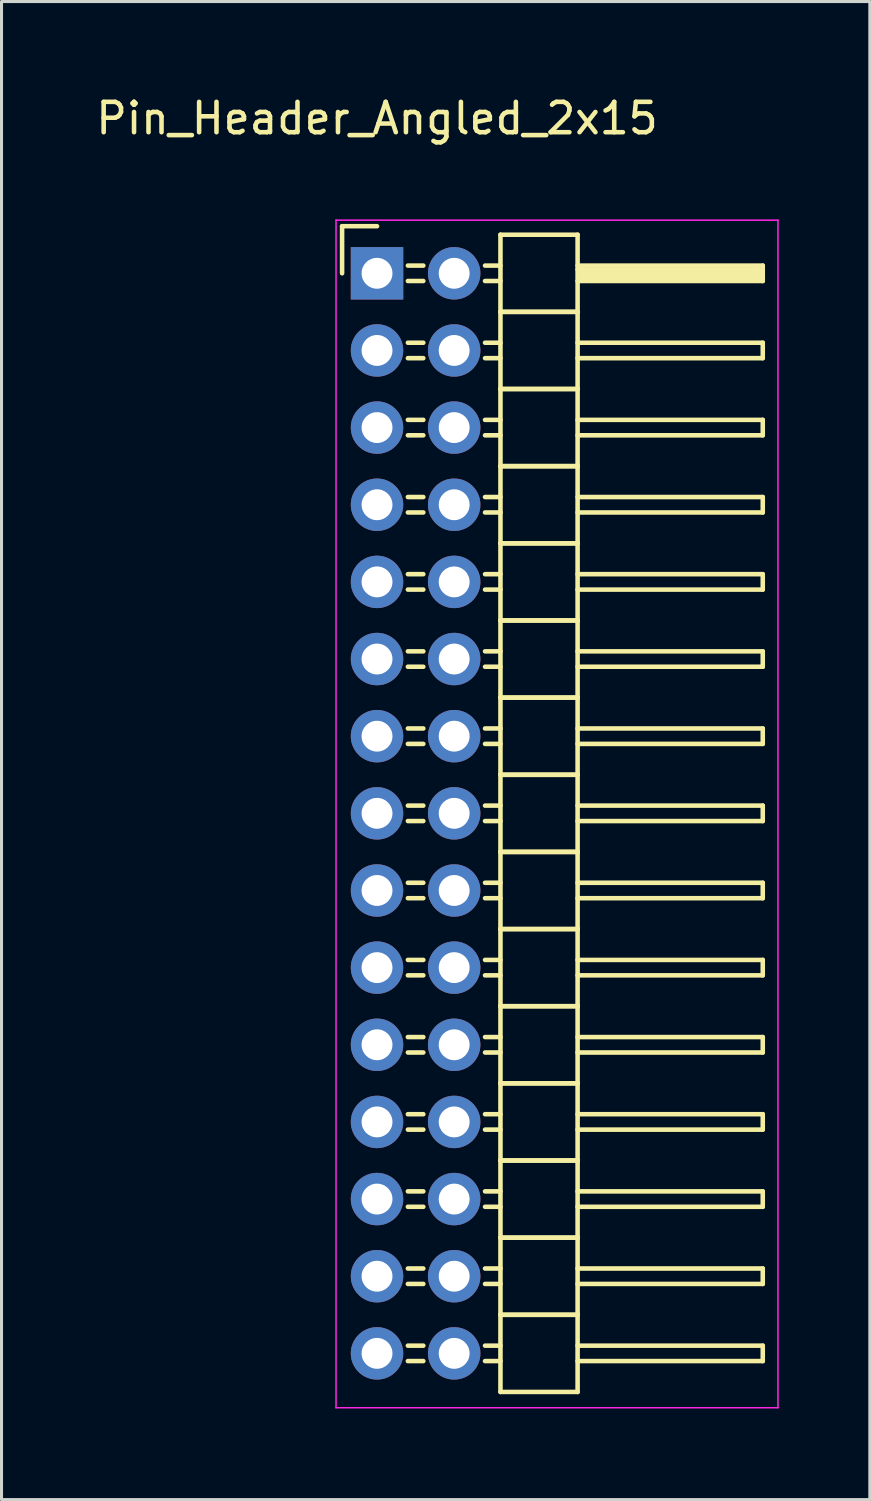
<source format=kicad_pcb>
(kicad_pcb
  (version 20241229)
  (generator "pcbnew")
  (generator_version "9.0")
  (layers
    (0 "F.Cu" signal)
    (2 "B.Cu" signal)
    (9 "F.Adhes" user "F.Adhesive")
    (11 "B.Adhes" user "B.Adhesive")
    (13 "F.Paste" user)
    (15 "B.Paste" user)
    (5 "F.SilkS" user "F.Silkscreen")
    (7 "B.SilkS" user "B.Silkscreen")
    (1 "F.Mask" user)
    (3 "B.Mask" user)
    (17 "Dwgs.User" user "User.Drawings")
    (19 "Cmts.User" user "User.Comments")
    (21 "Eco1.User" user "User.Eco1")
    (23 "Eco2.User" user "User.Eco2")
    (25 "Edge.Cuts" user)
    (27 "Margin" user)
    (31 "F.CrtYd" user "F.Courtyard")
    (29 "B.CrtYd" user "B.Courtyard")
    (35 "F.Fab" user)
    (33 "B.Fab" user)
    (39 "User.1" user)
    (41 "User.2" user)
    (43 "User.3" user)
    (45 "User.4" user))
  (footprint "Pin_Header_Angled_2x15"
    (layer "F.Cu")
    (at 9.363 5.948)
    (property "Reference" "Pin_Header_Angled_2x15" (at 0 -5.1 0) (layer "F.SilkS") (effects (font (size 1 1) (thickness 0.15))))
    (attr through_hole)
    (fp_line (start -1.15 -1.55) (end -1.15 0) (stroke (width 0.15) (type solid)) (layer "F.SilkS"))
    (fp_line (start 0 -1.55) (end -1.15 -1.55) (stroke (width 0.15) (type solid)) (layer "F.SilkS"))
    (fp_line (start 1.524 -0.254) (end 1.016 -0.254) (stroke (width 0.15) (type solid)) (layer "F.SilkS"))
    (fp_line (start 1.524 0.254) (end 1.016 0.254) (stroke (width 0.15) (type solid)) (layer "F.SilkS"))
    (fp_line (start 1.524 2.286) (end 1.016 2.286) (stroke (width 0.15) (type solid)) (layer "F.SilkS"))
    (fp_line (start 1.524 2.794) (end 1.016 2.794) (stroke (width 0.15) (type solid)) (layer "F.SilkS"))
    (fp_line (start 1.524 4.826) (end 1.016 4.826) (stroke (width 0.15) (type solid)) (layer "F.SilkS"))
    (fp_line (start 1.524 5.334) (end 1.016 5.334) (stroke (width 0.15) (type solid)) (layer "F.SilkS"))
    (fp_line (start 1.524 7.366) (end 1.016 7.366) (stroke (width 0.15) (type solid)) (layer "F.SilkS"))
    (fp_line (start 1.524 7.874) (end 1.016 7.874) (stroke (width 0.15) (type solid)) (layer "F.SilkS"))
    (fp_line (start 1.524 9.906) (end 1.016 9.906) (stroke (width 0.15) (type solid)) (layer "F.SilkS"))
    (fp_line (start 1.524 10.414) (end 1.016 10.414) (stroke (width 0.15) (type solid)) (layer "F.SilkS"))
    (fp_line (start 1.524 12.446) (end 1.016 12.446) (stroke (width 0.15) (type solid)) (layer "F.SilkS"))
    (fp_line (start 1.524 12.954) (end 1.016 12.954) (stroke (width 0.15) (type solid)) (layer "F.SilkS"))
    (fp_line (start 1.524 14.986) (end 1.016 14.986) (stroke (width 0.15) (type solid)) (layer "F.SilkS"))
    (fp_line (start 1.524 15.494) (end 1.016 15.494) (stroke (width 0.15) (type solid)) (layer "F.SilkS"))
    (fp_line (start 1.524 17.526) (end 1.016 17.526) (stroke (width 0.15) (type solid)) (layer "F.SilkS"))
    (fp_line (start 1.524 18.034) (end 1.016 18.034) (stroke (width 0.15) (type solid)) (layer "F.SilkS"))
    (fp_line (start 1.524 20.066) (end 1.016 20.066) (stroke (width 0.15) (type solid)) (layer "F.SilkS"))
    (fp_line (start 1.524 20.574) (end 1.016 20.574) (stroke (width 0.15) (type solid)) (layer "F.SilkS"))
    (fp_line (start 1.524 22.606) (end 1.016 22.606) (stroke (width 0.15) (type solid)) (layer "F.SilkS"))
    (fp_line (start 1.524 23.114) (end 1.016 23.114) (stroke (width 0.15) (type solid)) (layer "F.SilkS"))
    (fp_line (start 1.524 25.146) (end 1.016 25.146) (stroke (width 0.15) (type solid)) (layer "F.SilkS"))
    (fp_line (start 1.524 25.654) (end 1.016 25.654) (stroke (width 0.15) (type solid)) (layer "F.SilkS"))
    (fp_line (start 1.524 27.686) (end 1.016 27.686) (stroke (width 0.15) (type solid)) (layer "F.SilkS"))
    (fp_line (start 1.524 28.194) (end 1.016 28.194) (stroke (width 0.15) (type solid)) (layer "F.SilkS"))
    (fp_line (start 1.524 30.226) (end 1.016 30.226) (stroke (width 0.15) (type solid)) (layer "F.SilkS"))
    (fp_line (start 1.524 30.734) (end 1.016 30.734) (stroke (width 0.15) (type solid)) (layer "F.SilkS"))
    (fp_line (start 1.524 32.766) (end 1.016 32.766) (stroke (width 0.15) (type solid)) (layer "F.SilkS"))
    (fp_line (start 1.524 33.274) (end 1.016 33.274) (stroke (width 0.15) (type solid)) (layer "F.SilkS"))
    (fp_line (start 1.524 35.306) (end 1.016 35.306) (stroke (width 0.15) (type solid)) (layer "F.SilkS"))
    (fp_line (start 1.524 35.814) (end 1.016 35.814) (stroke (width 0.15) (type solid)) (layer "F.SilkS"))
    (fp_line (start 4.064 -1.27) (end 4.064 1.27) (stroke (width 0.15) (type solid)) (layer "F.SilkS"))
    (fp_line (start 4.064 -1.27) (end 6.604 -1.27) (stroke (width 0.15) (type solid)) (layer "F.SilkS"))
    (fp_line (start 4.064 -0.254) (end 3.556 -0.254) (stroke (width 0.15) (type solid)) (layer "F.SilkS"))
    (fp_line (start 4.064 0.254) (end 3.556 0.254) (stroke (width 0.15) (type solid)) (layer "F.SilkS"))
    (fp_line (start 4.064 1.27) (end 4.064 3.81) (stroke (width 0.15) (type solid)) (layer "F.SilkS"))
    (fp_line (start 4.064 1.27) (end 6.604 1.27) (stroke (width 0.15) (type solid)) (layer "F.SilkS"))
    (fp_line (start 4.064 1.27) (end 6.604 1.27) (stroke (width 0.15) (type solid)) (layer "F.SilkS"))
    (fp_line (start 4.064 2.286) (end 3.556 2.286) (stroke (width 0.15) (type solid)) (layer "F.SilkS"))
    (fp_line (start 4.064 2.794) (end 3.556 2.794) (stroke (width 0.15) (type solid)) (layer "F.SilkS"))
    (fp_line (start 4.064 3.81) (end 4.064 6.35) (stroke (width 0.15) (type solid)) (layer "F.SilkS"))
    (fp_line (start 4.064 3.81) (end 6.604 3.81) (stroke (width 0.15) (type solid)) (layer "F.SilkS"))
    (fp_line (start 4.064 3.81) (end 6.604 3.81) (stroke (width 0.15) (type solid)) (layer "F.SilkS"))
    (fp_line (start 4.064 4.826) (end 3.556 4.826) (stroke (width 0.15) (type solid)) (layer "F.SilkS"))
    (fp_line (start 4.064 5.334) (end 3.556 5.334) (stroke (width 0.15) (type solid)) (layer "F.SilkS"))
    (fp_line (start 4.064 6.35) (end 4.064 8.89) (stroke (width 0.15) (type solid)) (layer "F.SilkS"))
    (fp_line (start 4.064 6.35) (end 6.604 6.35) (stroke (width 0.15) (type solid)) (layer "F.SilkS"))
    (fp_line (start 4.064 6.35) (end 6.604 6.35) (stroke (width 0.15) (type solid)) (layer "F.SilkS"))
    (fp_line (start 4.064 7.366) (end 3.556 7.366) (stroke (width 0.15) (type solid)) (layer "F.SilkS"))
    (fp_line (start 4.064 7.874) (end 3.556 7.874) (stroke (width 0.15) (type solid)) (layer "F.SilkS"))
    (fp_line (start 4.064 8.89) (end 4.064 11.43) (stroke (width 0.15) (type solid)) (layer "F.SilkS"))
    (fp_line (start 4.064 8.89) (end 6.604 8.89) (stroke (width 0.15) (type solid)) (layer "F.SilkS"))
    (fp_line (start 4.064 8.89) (end 6.604 8.89) (stroke (width 0.15) (type solid)) (layer "F.SilkS"))
    (fp_line (start 4.064 9.906) (end 3.556 9.906) (stroke (width 0.15) (type solid)) (layer "F.SilkS"))
    (fp_line (start 4.064 10.414) (end 3.556 10.414) (stroke (width 0.15) (type solid)) (layer "F.SilkS"))
    (fp_line (start 4.064 11.43) (end 4.064 13.97) (stroke (width 0.15) (type solid)) (layer "F.SilkS"))
    (fp_line (start 4.064 11.43) (end 6.604 11.43) (stroke (width 0.15) (type solid)) (layer "F.SilkS"))
    (fp_line (start 4.064 11.43) (end 6.604 11.43) (stroke (width 0.15) (type solid)) (layer "F.SilkS"))
    (fp_line (start 4.064 12.446) (end 3.556 12.446) (stroke (width 0.15) (type solid)) (layer "F.SilkS"))
    (fp_line (start 4.064 12.954) (end 3.556 12.954) (stroke (width 0.15) (type solid)) (layer "F.SilkS"))
    (fp_line (start 4.064 13.97) (end 4.064 16.51) (stroke (width 0.15) (type solid)) (layer "F.SilkS"))
    (fp_line (start 4.064 13.97) (end 6.604 13.97) (stroke (width 0.15) (type solid)) (layer "F.SilkS"))
    (fp_line (start 4.064 13.97) (end 6.604 13.97) (stroke (width 0.15) (type solid)) (layer "F.SilkS"))
    (fp_line (start 4.064 14.986) (end 3.556 14.986) (stroke (width 0.15) (type solid)) (layer "F.SilkS"))
    (fp_line (start 4.064 15.494) (end 3.556 15.494) (stroke (width 0.15) (type solid)) (layer "F.SilkS"))
    (fp_line (start 4.064 16.51) (end 4.064 19.05) (stroke (width 0.15) (type solid)) (layer "F.SilkS"))
    (fp_line (start 4.064 16.51) (end 6.604 16.51) (stroke (width 0.15) (type solid)) (layer "F.SilkS"))
    (fp_line (start 4.064 16.51) (end 6.604 16.51) (stroke (width 0.15) (type solid)) (layer "F.SilkS"))
    (fp_line (start 4.064 17.526) (end 3.556 17.526) (stroke (width 0.15) (type solid)) (layer "F.SilkS"))
    (fp_line (start 4.064 18.034) (end 3.556 18.034) (stroke (width 0.15) (type solid)) (layer "F.SilkS"))
    (fp_line (start 4.064 19.05) (end 4.064 21.59) (stroke (width 0.15) (type solid)) (layer "F.SilkS"))
    (fp_line (start 4.064 19.05) (end 6.604 19.05) (stroke (width 0.15) (type solid)) (layer "F.SilkS"))
    (fp_line (start 4.064 19.05) (end 6.604 19.05) (stroke (width 0.15) (type solid)) (layer "F.SilkS"))
    (fp_line (start 4.064 20.066) (end 3.556 20.066) (stroke (width 0.15) (type solid)) (layer "F.SilkS"))
    (fp_line (start 4.064 20.574) (end 3.556 20.574) (stroke (width 0.15) (type solid)) (layer "F.SilkS"))
    (fp_line (start 4.064 21.59) (end 4.064 24.13) (stroke (width 0.15) (type solid)) (layer "F.SilkS"))
    (fp_line (start 4.064 21.59) (end 6.604 21.59) (stroke (width 0.15) (type solid)) (layer "F.SilkS"))
    (fp_line (start 4.064 21.59) (end 6.604 21.59) (stroke (width 0.15) (type solid)) (layer "F.SilkS"))
    (fp_line (start 4.064 22.606) (end 3.556 22.606) (stroke (width 0.15) (type solid)) (layer "F.SilkS"))
    (fp_line (start 4.064 23.114) (end 3.556 23.114) (stroke (width 0.15) (type solid)) (layer "F.SilkS"))
    (fp_line (start 4.064 24.13) (end 4.064 26.67) (stroke (width 0.15) (type solid)) (layer "F.SilkS"))
    (fp_line (start 4.064 24.13) (end 6.604 24.13) (stroke (width 0.15) (type solid)) (layer "F.SilkS"))
    (fp_line (start 4.064 24.13) (end 6.604 24.13) (stroke (width 0.15) (type solid)) (layer "F.SilkS"))
    (fp_line (start 4.064 25.146) (end 3.556 25.146) (stroke (width 0.15) (type solid)) (layer "F.SilkS"))
    (fp_line (start 4.064 25.654) (end 3.556 25.654) (stroke (width 0.15) (type solid)) (layer "F.SilkS"))
    (fp_line (start 4.064 26.67) (end 4.064 29.21) (stroke (width 0.15) (type solid)) (layer "F.SilkS"))
    (fp_line (start 4.064 26.67) (end 6.604 26.67) (stroke (width 0.15) (type solid)) (layer "F.SilkS"))
    (fp_line (start 4.064 26.67) (end 6.604 26.67) (stroke (width 0.15) (type solid)) (layer "F.SilkS"))
    (fp_line (start 4.064 27.686) (end 3.556 27.686) (stroke (width 0.15) (type solid)) (layer "F.SilkS"))
    (fp_line (start 4.064 28.194) (end 3.556 28.194) (stroke (width 0.15) (type solid)) (layer "F.SilkS"))
    (fp_line (start 4.064 29.21) (end 4.064 31.75) (stroke (width 0.15) (type solid)) (layer "F.SilkS"))
    (fp_line (start 4.064 29.21) (end 6.604 29.21) (stroke (width 0.15) (type solid)) (layer "F.SilkS"))
    (fp_line (start 4.064 29.21) (end 6.604 29.21) (stroke (width 0.15) (type solid)) (layer "F.SilkS"))
    (fp_line (start 4.064 30.226) (end 3.556 30.226) (stroke (width 0.15) (type solid)) (layer "F.SilkS"))
    (fp_line (start 4.064 30.734) (end 3.556 30.734) (stroke (width 0.15) (type solid)) (layer "F.SilkS"))
    (fp_line (start 4.064 31.75) (end 4.064 34.29) (stroke (width 0.15) (type solid)) (layer "F.SilkS"))
    (fp_line (start 4.064 31.75) (end 6.604 31.75) (stroke (width 0.15) (type solid)) (layer "F.SilkS"))
    (fp_line (start 4.064 31.75) (end 6.604 31.75) (stroke (width 0.15) (type solid)) (layer "F.SilkS"))
    (fp_line (start 4.064 32.766) (end 3.556 32.766) (stroke (width 0.15) (type solid)) (layer "F.SilkS"))
    (fp_line (start 4.064 33.274) (end 3.556 33.274) (stroke (width 0.15) (type solid)) (layer "F.SilkS"))
    (fp_line (start 4.064 34.29) (end 4.064 36.83) (stroke (width 0.15) (type solid)) (layer "F.SilkS"))
    (fp_line (start 4.064 34.29) (end 6.604 34.29) (stroke (width 0.15) (type solid)) (layer "F.SilkS"))
    (fp_line (start 4.064 34.29) (end 6.604 34.29) (stroke (width 0.15) (type solid)) (layer "F.SilkS"))
    (fp_line (start 4.064 35.306) (end 3.556 35.306) (stroke (width 0.15) (type solid)) (layer "F.SilkS"))
    (fp_line (start 4.064 35.814) (end 3.556 35.814) (stroke (width 0.15) (type solid)) (layer "F.SilkS"))
    (fp_line (start 4.064 36.83) (end 6.604 36.83) (stroke (width 0.15) (type solid)) (layer "F.SilkS"))
    (fp_line (start 6.604 -0.254) (end 12.7 -0.254) (stroke (width 0.15) (type solid)) (layer "F.SilkS"))
    (fp_line (start 6.604 -0.127) (end 12.573 -0.127) (stroke (width 0.15) (type solid)) (layer "F.SilkS"))
    (fp_line (start 6.604 1.27) (end 6.604 -1.27) (stroke (width 0.15) (type solid)) (layer "F.SilkS"))
    (fp_line (start 6.604 2.286) (end 12.7 2.286) (stroke (width 0.15) (type solid)) (layer "F.SilkS"))
    (fp_line (start 6.604 3.81) (end 6.604 1.27) (stroke (width 0.15) (type solid)) (layer "F.SilkS"))
    (fp_line (start 6.604 4.826) (end 12.7 4.826) (stroke (width 0.15) (type solid)) (layer "F.SilkS"))
    (fp_line (start 6.604 6.35) (end 6.604 3.81) (stroke (width 0.15) (type solid)) (layer "F.SilkS"))
    (fp_line (start 6.604 7.366) (end 12.7 7.366) (stroke (width 0.15) (type solid)) (layer "F.SilkS"))
    (fp_line (start 6.604 8.89) (end 6.604 6.35) (stroke (width 0.15) (type solid)) (layer "F.SilkS"))
    (fp_line (start 6.604 9.906) (end 12.7 9.906) (stroke (width 0.15) (type solid)) (layer "F.SilkS"))
    (fp_line (start 6.604 11.43) (end 6.604 8.89) (stroke (width 0.15) (type solid)) (layer "F.SilkS"))
    (fp_line (start 6.604 12.446) (end 12.7 12.446) (stroke (width 0.15) (type solid)) (layer "F.SilkS"))
    (fp_line (start 6.604 13.97) (end 6.604 11.43) (stroke (width 0.15) (type solid)) (layer "F.SilkS"))
    (fp_line (start 6.604 14.986) (end 12.7 14.986) (stroke (width 0.15) (type solid)) (layer "F.SilkS"))
    (fp_line (start 6.604 16.51) (end 6.604 13.97) (stroke (width 0.15) (type solid)) (layer "F.SilkS"))
    (fp_line (start 6.604 17.526) (end 12.7 17.526) (stroke (width 0.15) (type solid)) (layer "F.SilkS"))
    (fp_line (start 6.604 19.05) (end 6.604 16.51) (stroke (width 0.15) (type solid)) (layer "F.SilkS"))
    (fp_line (start 6.604 20.066) (end 12.7 20.066) (stroke (width 0.15) (type solid)) (layer "F.SilkS"))
    (fp_line (start 6.604 21.59) (end 6.604 19.05) (stroke (width 0.15) (type solid)) (layer "F.SilkS"))
    (fp_line (start 6.604 22.606) (end 12.7 22.606) (stroke (width 0.15) (type solid)) (layer "F.SilkS"))
    (fp_line (start 6.604 24.13) (end 6.604 21.59) (stroke (width 0.15) (type solid)) (layer "F.SilkS"))
    (fp_line (start 6.604 25.146) (end 12.7 25.146) (stroke (width 0.15) (type solid)) (layer "F.SilkS"))
    (fp_line (start 6.604 26.67) (end 6.604 24.13) (stroke (width 0.15) (type solid)) (layer "F.SilkS"))
    (fp_line (start 6.604 27.686) (end 12.7 27.686) (stroke (width 0.15) (type solid)) (layer "F.SilkS"))
    (fp_line (start 6.604 29.21) (end 6.604 26.67) (stroke (width 0.15) (type solid)) (layer "F.SilkS"))
    (fp_line (start 6.604 30.226) (end 12.7 30.226) (stroke (width 0.15) (type solid)) (layer "F.SilkS"))
    (fp_line (start 6.604 31.75) (end 6.604 29.21) (stroke (width 0.15) (type solid)) (layer "F.SilkS"))
    (fp_line (start 6.604 32.766) (end 12.7 32.766) (stroke (width 0.15) (type solid)) (layer "F.SilkS"))
    (fp_line (start 6.604 34.29) (end 6.604 31.75) (stroke (width 0.15) (type solid)) (layer "F.SilkS"))
    (fp_line (start 6.604 35.306) (end 12.7 35.306) (stroke (width 0.15) (type solid)) (layer "F.SilkS"))
    (fp_line (start 6.604 36.83) (end 6.604 34.29) (stroke (width 0.15) (type solid)) (layer "F.SilkS"))
    (fp_line (start 6.731 0) (end 12.573 0) (stroke (width 0.15) (type solid)) (layer "F.SilkS"))
    (fp_line (start 6.731 0.127) (end 6.731 0) (stroke (width 0.15) (type solid)) (layer "F.SilkS"))
    (fp_line (start 12.573 -0.127) (end 12.573 0.127) (stroke (width 0.15) (type solid)) (layer "F.SilkS"))
    (fp_line (start 12.573 0.127) (end 6.731 0.127) (stroke (width 0.15) (type solid)) (layer "F.SilkS"))
    (fp_line (start 12.7 -0.254) (end 12.7 0.254) (stroke (width 0.15) (type solid)) (layer "F.SilkS"))
    (fp_line (start 12.7 0.254) (end 6.604 0.254) (stroke (width 0.15) (type solid)) (layer "F.SilkS"))
    (fp_line (start 12.7 2.286) (end 12.7 2.794) (stroke (width 0.15) (type solid)) (layer "F.SilkS"))
    (fp_line (start 12.7 2.794) (end 6.604 2.794) (stroke (width 0.15) (type solid)) (layer "F.SilkS"))
    (fp_line (start 12.7 4.826) (end 12.7 5.334) (stroke (width 0.15) (type solid)) (layer "F.SilkS"))
    (fp_line (start 12.7 5.334) (end 6.604 5.334) (stroke (width 0.15) (type solid)) (layer "F.SilkS"))
    (fp_line (start 12.7 7.366) (end 12.7 7.874) (stroke (width 0.15) (type solid)) (layer "F.SilkS"))
    (fp_line (start 12.7 7.874) (end 6.604 7.874) (stroke (width 0.15) (type solid)) (layer "F.SilkS"))
    (fp_line (start 12.7 9.906) (end 12.7 10.414) (stroke (width 0.15) (type solid)) (layer "F.SilkS"))
    (fp_line (start 12.7 10.414) (end 6.604 10.414) (stroke (width 0.15) (type solid)) (layer "F.SilkS"))
    (fp_line (start 12.7 12.446) (end 12.7 12.954) (stroke (width 0.15) (type solid)) (layer "F.SilkS"))
    (fp_line (start 12.7 12.954) (end 6.604 12.954) (stroke (width 0.15) (type solid)) (layer "F.SilkS"))
    (fp_line (start 12.7 14.986) (end 12.7 15.494) (stroke (width 0.15) (type solid)) (layer "F.SilkS"))
    (fp_line (start 12.7 15.494) (end 6.604 15.494) (stroke (width 0.15) (type solid)) (layer "F.SilkS"))
    (fp_line (start 12.7 17.526) (end 12.7 18.034) (stroke (width 0.15) (type solid)) (layer "F.SilkS"))
    (fp_line (start 12.7 18.034) (end 6.604 18.034) (stroke (width 0.15) (type solid)) (layer "F.SilkS"))
    (fp_line (start 12.7 20.066) (end 12.7 20.574) (stroke (width 0.15) (type solid)) (layer "F.SilkS"))
    (fp_line (start 12.7 20.574) (end 6.604 20.574) (stroke (width 0.15) (type solid)) (layer "F.SilkS"))
    (fp_line (start 12.7 22.606) (end 12.7 23.114) (stroke (width 0.15) (type solid)) (layer "F.SilkS"))
    (fp_line (start 12.7 23.114) (end 6.604 23.114) (stroke (width 0.15) (type solid)) (layer "F.SilkS"))
    (fp_line (start 12.7 25.146) (end 12.7 25.654) (stroke (width 0.15) (type solid)) (layer "F.SilkS"))
    (fp_line (start 12.7 25.654) (end 6.604 25.654) (stroke (width 0.15) (type solid)) (layer "F.SilkS"))
    (fp_line (start 12.7 27.686) (end 12.7 28.194) (stroke (width 0.15) (type solid)) (layer "F.SilkS"))
    (fp_line (start 12.7 28.194) (end 6.604 28.194) (stroke (width 0.15) (type solid)) (layer "F.SilkS"))
    (fp_line (start 12.7 30.226) (end 12.7 30.734) (stroke (width 0.15) (type solid)) (layer "F.SilkS"))
    (fp_line (start 12.7 30.734) (end 6.604 30.734) (stroke (width 0.15) (type solid)) (layer "F.SilkS"))
    (fp_line (start 12.7 32.766) (end 12.7 33.274) (stroke (width 0.15) (type solid)) (layer "F.SilkS"))
    (fp_line (start 12.7 33.274) (end 6.604 33.274) (stroke (width 0.15) (type solid)) (layer "F.SilkS"))
    (fp_line (start 12.7 35.306) (end 12.7 35.814) (stroke (width 0.15) (type solid)) (layer "F.SilkS"))
    (fp_line (start 12.7 35.814) (end 6.604 35.814) (stroke (width 0.15) (type solid)) (layer "F.SilkS"))
    (fp_line (start -1.35 -1.75) (end -1.35 37.35) (stroke (width 0.05) (type solid)) (layer "F.CrtYd"))
    (fp_line (start -1.35 -1.75) (end 13.2 -1.75) (stroke (width 0.05) (type solid)) (layer "F.CrtYd"))
    (fp_line (start -1.35 37.35) (end 13.2 37.35) (stroke (width 0.05) (type solid)) (layer "F.CrtYd"))
    (fp_line (start 13.2 -1.75) (end 13.2 37.35) (stroke (width 0.05) (type solid)) (layer "F.CrtYd"))
    (pad "1" thru_hole rect (at 0 0) (size 1.727 1.727) (drill 1.016) (layers "*.Cu" "*.Mask"))
    (pad "2" thru_hole oval (at 2.54 0) (size 1.727 1.727) (drill 1.016) (layers "*.Cu" "*.Mask"))
    (pad "3" thru_hole oval (at 0 2.54) (size 1.727 1.727) (drill 1.016) (layers "*.Cu" "*.Mask"))
    (pad "4" thru_hole oval (at 2.54 2.54) (size 1.727 1.727) (drill 1.016) (layers "*.Cu" "*.Mask"))
    (pad "5" thru_hole oval (at 0 5.08) (size 1.727 1.727) (drill 1.016) (layers "*.Cu" "*.Mask"))
    (pad "6" thru_hole oval (at 2.54 5.08) (size 1.727 1.727) (drill 1.016) (layers "*.Cu" "*.Mask"))
    (pad "7" thru_hole oval (at 0 7.62) (size 1.727 1.727) (drill 1.016) (layers "*.Cu" "*.Mask"))
    (pad "8" thru_hole oval (at 2.54 7.62) (size 1.727 1.727) (drill 1.016) (layers "*.Cu" "*.Mask"))
    (pad "9" thru_hole oval (at 0 10.16) (size 1.727 1.727) (drill 1.016) (layers "*.Cu" "*.Mask"))
    (pad "10" thru_hole oval (at 2.54 10.16) (size 1.727 1.727) (drill 1.016) (layers "*.Cu" "*.Mask"))
    (pad "11" thru_hole oval (at 0 12.7) (size 1.727 1.727) (drill 1.016) (layers "*.Cu" "*.Mask"))
    (pad "12" thru_hole oval (at 2.54 12.7) (size 1.727 1.727) (drill 1.016) (layers "*.Cu" "*.Mask"))
    (pad "13" thru_hole oval (at 0 15.24) (size 1.727 1.727) (drill 1.016) (layers "*.Cu" "*.Mask"))
    (pad "14" thru_hole oval (at 2.54 15.24) (size 1.727 1.727) (drill 1.016) (layers "*.Cu" "*.Mask"))
    (pad "15" thru_hole oval (at 0 17.78) (size 1.727 1.727) (drill 1.016) (layers "*.Cu" "*.Mask"))
    (pad "16" thru_hole oval (at 2.54 17.78) (size 1.727 1.727) (drill 1.016) (layers "*.Cu" "*.Mask"))
    (pad "17" thru_hole oval (at 0 20.32) (size 1.727 1.727) (drill 1.016) (layers "*.Cu" "*.Mask"))
    (pad "18" thru_hole oval (at 2.54 20.32) (size 1.727 1.727) (drill 1.016) (layers "*.Cu" "*.Mask"))
    (pad "19" thru_hole oval (at 0 22.86) (size 1.727 1.727) (drill 1.016) (layers "*.Cu" "*.Mask"))
    (pad "20" thru_hole oval (at 2.54 22.86) (size 1.727 1.727) (drill 1.016) (layers "*.Cu" "*.Mask"))
    (pad "21" thru_hole oval (at 0 25.4) (size 1.727 1.727) (drill 1.016) (layers "*.Cu" "*.Mask"))
    (pad "22" thru_hole oval (at 2.54 25.4) (size 1.727 1.727) (drill 1.016) (layers "*.Cu" "*.Mask"))
    (pad "23" thru_hole oval (at 0 27.94) (size 1.727 1.727) (drill 1.016) (layers "*.Cu" "*.Mask"))
    (pad "24" thru_hole oval (at 2.54 27.94) (size 1.727 1.727) (drill 1.016) (layers "*.Cu" "*.Mask"))
    (pad "25" thru_hole oval (at 0 30.48) (size 1.727 1.727) (drill 1.016) (layers "*.Cu" "*.Mask"))
    (pad "26" thru_hole oval (at 2.54 30.48) (size 1.727 1.727) (drill 1.016) (layers "*.Cu" "*.Mask"))
    (pad "27" thru_hole oval (at 0 33.02) (size 1.727 1.727) (drill 1.016) (layers "*.Cu" "*.Mask"))
    (pad "28" thru_hole oval (at 2.54 33.02) (size 1.727 1.727) (drill 1.016) (layers "*.Cu" "*.Mask"))
    (pad "29" thru_hole oval (at 0 35.56) (size 1.727 1.727) (drill 1.016) (layers "*.Cu" "*.Mask"))
    (pad "30" thru_hole oval (at 2.54 35.56) (size 1.727 1.727) (drill 1.016) (layers "*.Cu" "*.Mask")))
  (gr_rect
    (start -3 -3)
    (end 25.588 46.323)
    (stroke (width 0.1) (type default))
    (fill no)
    (layer "Edge.Cuts")))
</source>
